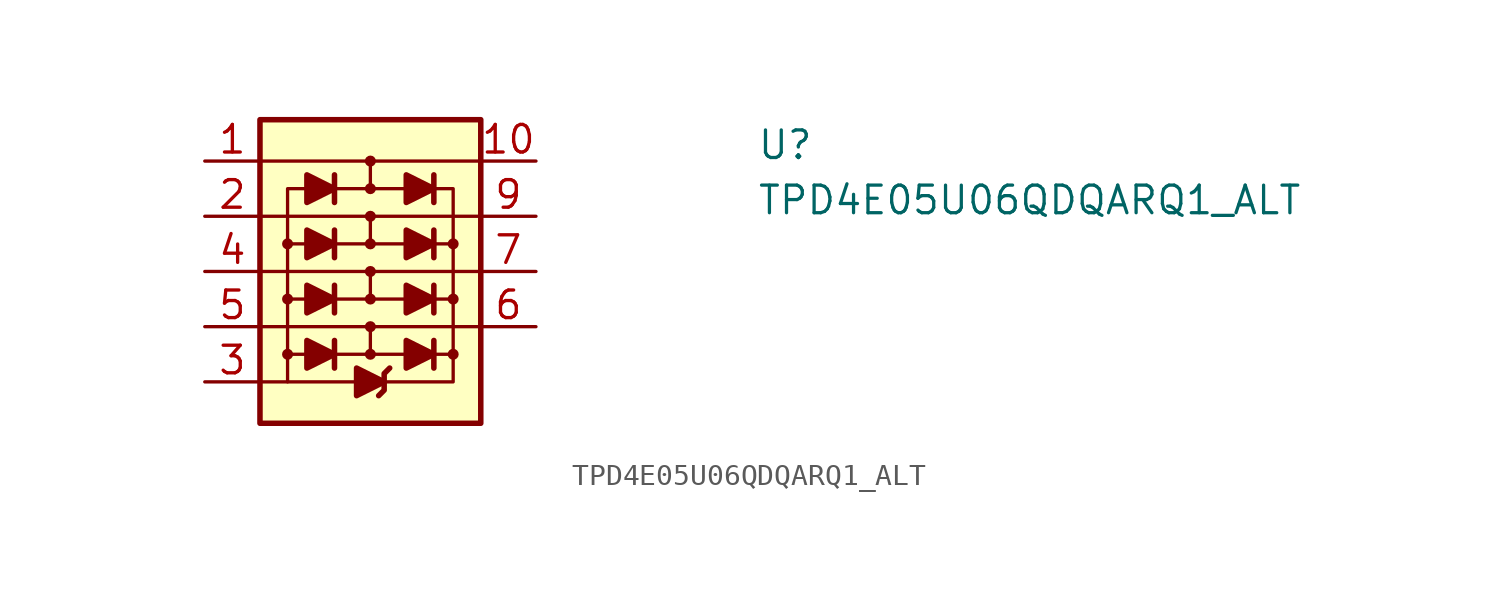
<source format=kicad_sym>
(kicad_symbol_lib
  (version 20211014)
  (generator kicad_symbol_editor)
  (symbol "TPD4E05U06QDQARQ1_ALT"
    (property "Reference" "U"
      (at 25.4 0 0)
      (effects (font (size 1.27 1.27) (thickness 0.15)) (justify left bottom)))
    (property "Value" "TPD4E05U06QDQARQ1_ALT"
      (at 25.4 -2.54 0)
      (effects (font (size 1.27 1.27) (thickness 0.15)) (justify left bottom)))
    (symbol "TPD4E05U06QDQARQ1_ALT_0_1"
      (polyline (pts (xy 2.54 -7.62) (xy 12.7 -7.62)) (stroke (width 0) (type default) (color 0 0 0 0)) (fill (type none)))
      (polyline (pts (xy 2.54 -5.08) (xy 12.7 -5.08)) (stroke (width 0) (type default) (color 0 0 0 0)) (fill (type none)))
      (polyline (pts (xy 2.54 -2.54) (xy 12.7 -2.54)) (stroke (width 0) (type default) (color 0 0 0 0)) (fill (type none)))
      (polyline (pts (xy 2.54 0) (xy 12.7 0)) (stroke (width 0) (type default) (color 0 0 0 0)) (fill (type none)))
      (polyline (pts (xy 7.62 -7.62) (xy 7.62 -8.89)) (stroke (width 0) (type default) (color 0 0 0 0)) (fill (type none)))
      (polyline (pts (xy 7.62 -5.08) (xy 7.62 -6.35)) (stroke (width 0) (type default) (color 0 0 0 0)) (fill (type none)))
      (polyline (pts (xy 7.62 -2.54) (xy 7.62 -3.81)) (stroke (width 0) (type default) (color 0 0 0 0)) (fill (type none)))
      (polyline (pts (xy 7.62 0) (xy 7.62 -1.27)) (stroke (width 0) (type default) (color 0 0 0 0)) (fill (type none)))
      (polyline (pts (xy 2.54 -10.16) (xy 6.985 -10.16) (xy 6.858 -10.16)) (stroke (width 0) (type default) (color 0 0 0 0)) (fill (type none)))
      (polyline (pts (xy 3.81 -10.16) (xy 3.81 -8.89) (xy 4.699 -8.89)) (stroke (width 0) (type default) (color 0 0 0 0)) (fill (type none)))
      (polyline (pts (xy 4.699 -6.35) (xy 3.81 -6.35) (xy 3.81 -8.89)) (stroke (width 0) (type default) (color 0 0 0 0)) (fill (type none)))
      (polyline (pts (xy 4.699 -3.81) (xy 3.81 -3.81) (xy 3.81 -6.35)) (stroke (width 0) (type default) (color 0 0 0 0)) (fill (type none)))
      (polyline (pts (xy 4.699 -1.27) (xy 3.81 -1.27) (xy 3.81 -3.81)) (stroke (width 0) (type default) (color 0 0 0 0)) (fill (type none)))
      (polyline (pts (xy 11.43 -8.89) (xy 11.43 -6.35) (xy 10.541 -6.35)) (stroke (width 0) (type default) (color 0 0 0 0)) (fill (type none)))
      (polyline (pts (xy 11.43 -6.35) (xy 11.43 -3.81) (xy 10.541 -3.81)) (stroke (width 0) (type default) (color 0 0 0 0)) (fill (type none)))
      (polyline (pts (xy 11.43 -3.81) (xy 11.43 -1.27) (xy 10.541 -1.27)) (stroke (width 0) (type default) (color 0 0 0 0)) (fill (type none)))
      (polyline (pts (xy 8.255 -10.16) (xy 11.43 -10.16) (xy 11.43 -8.89) (xy 10.541 -8.89)) (stroke (width 0) (type default) (color 0 0 0 0)) (fill (type none))))
    (symbol "TPD4E05U06QDQARQ1_ALT_1_1"
      (polyline (pts (xy 5.969 -8.255) (xy 5.969 -9.525)) (stroke (width 0.254) (type default) (color 0 0 0 0)) (fill (type background)))
      (polyline (pts (xy 5.969 -5.715) (xy 5.969 -6.985)) (stroke (width 0.254) (type default) (color 0 0 0 0)) (fill (type background)))
      (polyline (pts (xy 5.969 -3.175) (xy 5.969 -4.445)) (stroke (width 0.254) (type default) (color 0 0 0 0)) (fill (type background)))
      (polyline (pts (xy 5.969 -0.635) (xy 5.969 -1.905)) (stroke (width 0.254) (type default) (color 0 0 0 0)) (fill (type background)))
      (polyline (pts (xy 9.525 -8.89) (xy 5.715 -8.89)) (stroke (width 0) (type default) (color 0 0 0 0)) (fill (type none)))
      (polyline (pts (xy 9.525 -6.35) (xy 5.715 -6.35)) (stroke (width 0) (type default) (color 0 0 0 0)) (fill (type none)))
      (polyline (pts (xy 9.525 -3.81) (xy 5.715 -3.81)) (stroke (width 0) (type default) (color 0 0 0 0)) (fill (type none)))
      (polyline (pts (xy 9.525 -1.27) (xy 5.715 -1.27)) (stroke (width 0) (type default) (color 0 0 0 0)) (fill (type none)))
      (polyline (pts (xy 10.541 -8.255) (xy 10.541 -9.525)) (stroke (width 0.254) (type default) (color 0 0 0 0)) (fill (type background)))
      (polyline (pts (xy 10.541 -5.715) (xy 10.541 -6.985)) (stroke (width 0.254) (type default) (color 0 0 0 0)) (fill (type background)))
      (polyline (pts (xy 10.541 -3.175) (xy 10.541 -4.445)) (stroke (width 0.254) (type default) (color 0 0 0 0)) (fill (type background)))
      (polyline (pts (xy 10.541 -0.635) (xy 10.541 -1.905)) (stroke (width 0.254) (type default) (color 0 0 0 0)) (fill (type background)))
      (polyline (pts (xy 4.699 -9.525) (xy 4.699 -8.255) (xy 5.969 -8.89) (xy 4.699 -9.525)) (stroke (width 0.254) (type default) (color 0 0 0 0)) (fill (type outline)))
      (polyline (pts (xy 4.699 -6.985) (xy 4.699 -5.715) (xy 5.969 -6.35) (xy 4.699 -6.985)) (stroke (width 0.254) (type default) (color 0 0 0 0)) (fill (type outline)))
      (polyline (pts (xy 4.699 -4.445) (xy 4.699 -3.175) (xy 5.969 -3.81) (xy 4.699 -4.445)) (stroke (width 0.254) (type default) (color 0 0 0 0)) (fill (type outline)))
      (polyline (pts (xy 4.699 -1.905) (xy 4.699 -0.635) (xy 5.969 -1.27) (xy 4.699 -1.905)) (stroke (width 0.254) (type default) (color 0 0 0 0)) (fill (type outline)))
      (polyline (pts (xy 6.985 -9.525) (xy 6.985 -10.795) (xy 8.255 -10.16) (xy 6.985 -9.525)) (stroke (width 0.254) (type default) (color 0 0 0 0)) (fill (type outline)))
      (polyline (pts (xy 8.509 -9.525) (xy 8.255 -9.779) (xy 8.255 -10.541) (xy 8.001 -10.795)) (stroke (width 0.254) (type default) (color 0 0 0 0)) (fill (type background)))
      (polyline (pts (xy 9.271 -9.525) (xy 9.271 -8.255) (xy 10.541 -8.89) (xy 9.271 -9.525)) (stroke (width 0.254) (type default) (color 0 0 0 0)) (fill (type outline)))
      (polyline (pts (xy 9.271 -6.985) (xy 9.271 -5.715) (xy 10.541 -6.35) (xy 9.271 -6.985)) (stroke (width 0.254) (type default) (color 0 0 0 0)) (fill (type outline)))
      (polyline (pts (xy 9.271 -4.445) (xy 9.271 -3.175) (xy 10.541 -3.81) (xy 9.271 -4.445)) (stroke (width 0.254) (type default) (color 0 0 0 0)) (fill (type outline)))
      (polyline (pts (xy 9.271 -1.905) (xy 9.271 -0.635) (xy 10.541 -1.27) (xy 9.271 -1.905)) (stroke (width 0.254) (type default) (color 0 0 0 0)) (fill (type outline)))
      (rectangle (start 2.54 1.905) (end 12.7 -12.065) (stroke (width 0.254) (type default) (color 0 0 0 0)) (fill (type background)))
      (circle (center 3.81 -8.89) (radius 0.127) (stroke (width 0.254) (type default) (color 0 0 0 0)) (fill (type background)))
      (circle (center 3.81 -6.35) (radius 0.127) (stroke (width 0.254) (type default) (color 0 0 0 0)) (fill (type background)))
      (circle (center 3.81 -3.81) (radius 0.127) (stroke (width 0.254) (type default) (color 0 0 0 0)) (fill (type background)))
      (circle (center 7.62 -8.89) (radius 0.127) (stroke (width 0.254) (type default) (color 0 0 0 0)) (fill (type background)))
      (circle (center 7.62 -7.62) (radius 0.127) (stroke (width 0.254) (type default) (color 0 0 0 0)) (fill (type background)))
      (circle (center 7.62 -6.35) (radius 0.127) (stroke (width 0.254) (type default) (color 0 0 0 0)) (fill (type background)))
      (circle (center 7.62 -5.08) (radius 0.127) (stroke (width 0.254) (type default) (color 0 0 0 0)) (fill (type background)))
      (circle (center 7.62 -3.81) (radius 0.127) (stroke (width 0.254) (type default) (color 0 0 0 0)) (fill (type background)))
      (circle (center 7.62 -2.54) (radius 0.127) (stroke (width 0.254) (type default) (color 0 0 0 0)) (fill (type background)))
      (circle (center 7.62 -1.27) (radius 0.127) (stroke (width 0.254) (type default) (color 0 0 0 0)) (fill (type background)))
      (circle (center 7.62 0) (radius 0.127) (stroke (width 0.254) (type default) (color 0 0 0 0)) (fill (type background)))
      (circle (center 11.43 -8.89) (radius 0.127) (stroke (width 0.254) (type default) (color 0 0 0 0)) (fill (type background)))
      (circle (center 11.43 -6.35) (radius 0.127) (stroke (width 0.254) (type default) (color 0 0 0 0)) (fill (type background)))
      (circle (center 11.43 -3.81) (radius 0.127) (stroke (width 0.254) (type default) (color 0 0 0 0)) (fill (type background)))
      (pin passive line (at 0 0 0) (length 2.54) (name "~" (effects (font (size 1.27 1.27)))) (number "1" (effects (font (size 1.27 1.27)))))
      (pin passive line (at 15.24 0 180) (length 2.54) (name "~" (effects (font (size 1.27 1.27)))) (number "10" (effects (font (size 1.27 1.27)))))
      (pin passive line (at 0 -2.54 0) (length 2.54) (name "~" (effects (font (size 1.27 1.27)))) (number "2" (effects (font (size 1.27 1.27)))))
      (pin power_in line (at 0 -10.16 0) (length 2.54) (name "~" (effects (font (size 1.27 1.27)))) (number "3" (effects (font (size 1.27 1.27)))))
      (pin passive line (at 0 -5.08 0) (length 2.54) (name "~" (effects (font (size 1.27 1.27)))) (number "4" (effects (font (size 1.27 1.27)))))
      (pin passive line (at 0 -7.62 0) (length 2.54) (name "~" (effects (font (size 1.27 1.27)))) (number "5" (effects (font (size 1.27 1.27)))))
      (pin passive line (at 15.24 -7.62 180) (length 2.54) (name "~" (effects (font (size 1.27 1.27)))) (number "6" (effects (font (size 1.27 1.27)))))
      (pin passive line (at 15.24 -5.08 180) (length 2.54) (name "~" (effects (font (size 1.27 1.27)))) (number "7" (effects (font (size 1.27 1.27)))))
      (pin passive line (at 0 -10.16 0) (length 2.54) hide (name "~" (effects (font (size 1.27 1.27)))) (number "8" (effects (font (size 1.27 1.27)))))
      (pin passive line (at 15.24 -2.54 180) (length 2.54) (name "~" (effects (font (size 1.27 1.27)))) (number "9" (effects (font (size 1.27 1.27))))))))
</source>
